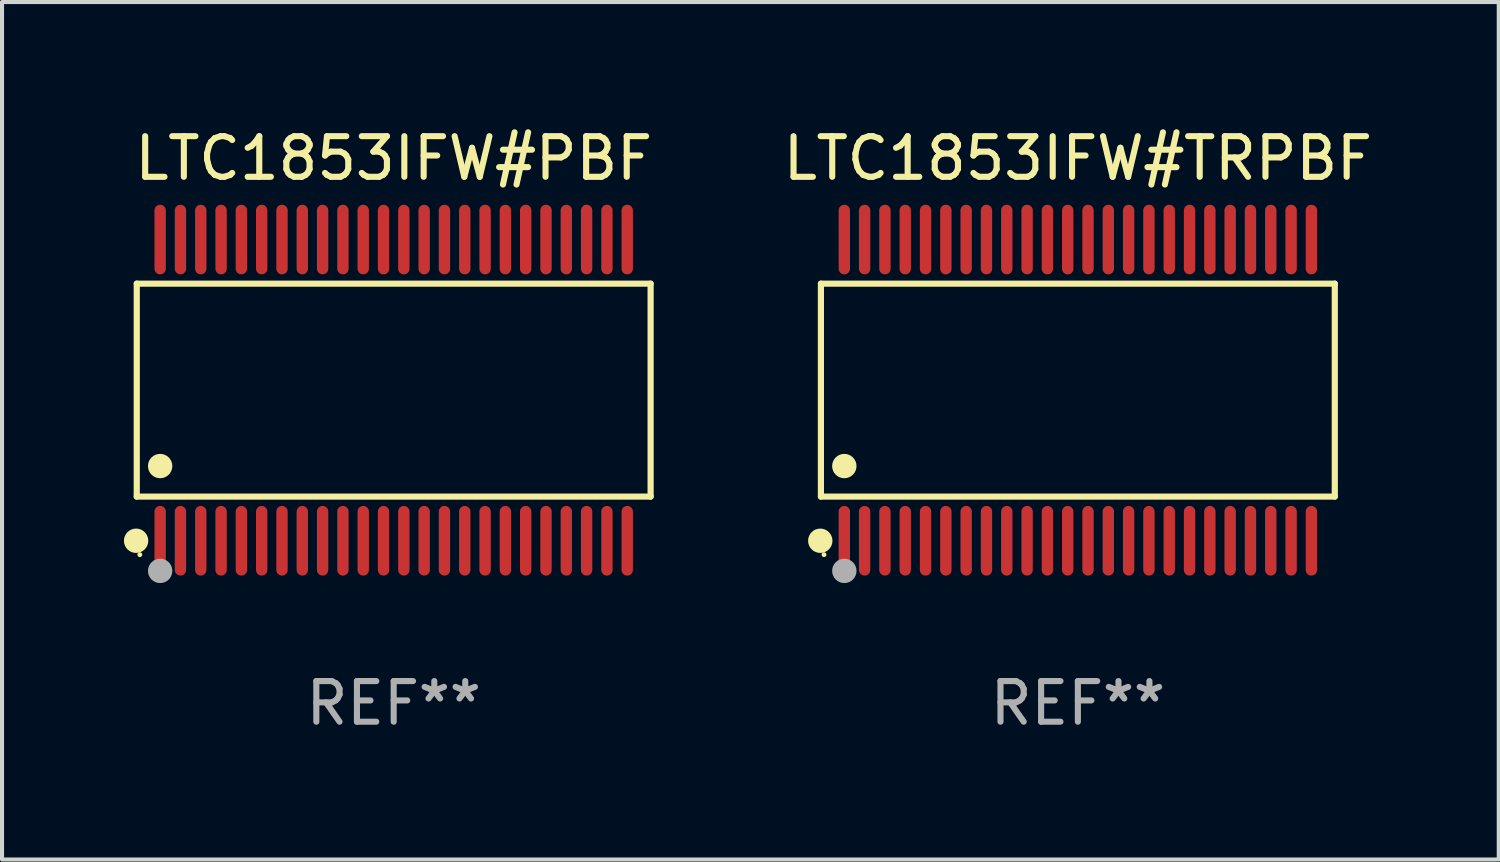
<source format=kicad_pcb>
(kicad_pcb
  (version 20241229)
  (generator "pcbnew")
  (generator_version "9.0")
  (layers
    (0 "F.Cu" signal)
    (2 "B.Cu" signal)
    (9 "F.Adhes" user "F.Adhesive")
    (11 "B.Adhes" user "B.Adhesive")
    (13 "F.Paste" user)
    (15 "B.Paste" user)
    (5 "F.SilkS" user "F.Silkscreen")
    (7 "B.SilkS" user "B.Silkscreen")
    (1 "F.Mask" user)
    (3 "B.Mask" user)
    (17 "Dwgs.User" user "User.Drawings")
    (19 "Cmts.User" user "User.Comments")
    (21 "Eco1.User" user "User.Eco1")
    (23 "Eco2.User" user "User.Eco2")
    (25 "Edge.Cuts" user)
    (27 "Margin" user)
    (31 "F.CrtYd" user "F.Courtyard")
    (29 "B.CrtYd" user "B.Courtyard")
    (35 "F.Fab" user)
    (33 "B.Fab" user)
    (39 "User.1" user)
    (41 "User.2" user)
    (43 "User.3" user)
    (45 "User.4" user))
  (footprint "LTC1853IFW#PBF"
    (layer "F.Cu")
    (at 6.643 6.556)
    (property "Reference" "LTC1853IFW#PBF" (at 0 -5.708 0) (layer "F.SilkS") (effects (font (size 1 1) (thickness 0.15))))
    (attr through_hole)
    (fp_line (start -6.326 -2.622) (end 6.326 -2.622) (stroke (width 0.152) (type solid)) (layer "F.SilkS"))
    (fp_line (start -6.326 2.621) (end -6.326 -2.622) (stroke (width 0.152) (type solid)) (layer "F.SilkS"))
    (fp_line (start 6.326 -2.622) (end 6.326 2.621) (stroke (width 0.152) (type solid)) (layer "F.SilkS"))
    (fp_line (start 6.326 2.621) (end -6.326 2.621) (stroke (width 0.152) (type solid)) (layer "F.SilkS"))
    (fp_circle (center -6.342 3.708) (end -6.192 3.708) (stroke (width 0.3) (type solid)) (fill no) (layer "F.SilkS"))
    (fp_circle (center -6.25 4.05) (end -6.22 4.05) (stroke (width 0.06) (type solid)) (fill no) (layer "F.SilkS"))
    (fp_circle (center -5.75 1.869) (end -5.6 1.869) (stroke (width 0.3) (type solid)) (fill no) (layer "F.SilkS"))
    (fp_circle (center -5.75 4.45) (end -5.6 4.45) (stroke (width 0.3) (type solid)) (fill no) (layer "F.Fab"))
    (fp_text user "REF**" (at 0 7.708 0) (layer "F.Fab") (effects (font (size 1 1) (thickness 0.15))))
    (pad "1" smd oval (at -5.75 3.708) (size 0.28 1.715) (layers "F.Cu" "F.Mask" "F.Paste"))
    (pad "2" smd oval (at -5.25 3.708) (size 0.28 1.715) (layers "F.Cu" "F.Mask" "F.Paste"))
    (pad "3" smd oval (at -4.75 3.708) (size 0.28 1.715) (layers "F.Cu" "F.Mask" "F.Paste"))
    (pad "4" smd oval (at -4.25 3.708) (size 0.28 1.715) (layers "F.Cu" "F.Mask" "F.Paste"))
    (pad "5" smd oval (at -3.75 3.708) (size 0.28 1.715) (layers "F.Cu" "F.Mask" "F.Paste"))
    (pad "6" smd oval (at -3.25 3.708) (size 0.28 1.715) (layers "F.Cu" "F.Mask" "F.Paste"))
    (pad "7" smd oval (at -2.75 3.708) (size 0.28 1.715) (layers "F.Cu" "F.Mask" "F.Paste"))
    (pad "8" smd oval (at -2.25 3.708) (size 0.28 1.715) (layers "F.Cu" "F.Mask" "F.Paste"))
    (pad "9" smd oval (at -1.75 3.708) (size 0.28 1.715) (layers "F.Cu" "F.Mask" "F.Paste"))
    (pad "10" smd oval (at -1.25 3.708) (size 0.28 1.715) (layers "F.Cu" "F.Mask" "F.Paste"))
    (pad "11" smd oval (at -0.75 3.708) (size 0.28 1.715) (layers "F.Cu" "F.Mask" "F.Paste"))
    (pad "12" smd oval (at -0.25 3.708) (size 0.28 1.715) (layers "F.Cu" "F.Mask" "F.Paste"))
    (pad "13" smd oval (at 0.25 3.708) (size 0.28 1.715) (layers "F.Cu" "F.Mask" "F.Paste"))
    (pad "14" smd oval (at 0.75 3.708) (size 0.28 1.715) (layers "F.Cu" "F.Mask" "F.Paste"))
    (pad "15" smd oval (at 1.25 3.708) (size 0.28 1.715) (layers "F.Cu" "F.Mask" "F.Paste"))
    (pad "16" smd oval (at 1.75 3.708) (size 0.28 1.715) (layers "F.Cu" "F.Mask" "F.Paste"))
    (pad "17" smd oval (at 2.25 3.708) (size 0.28 1.715) (layers "F.Cu" "F.Mask" "F.Paste"))
    (pad "18" smd oval (at 2.75 3.708) (size 0.28 1.715) (layers "F.Cu" "F.Mask" "F.Paste"))
    (pad "19" smd oval (at 3.25 3.708) (size 0.28 1.715) (layers "F.Cu" "F.Mask" "F.Paste"))
    (pad "20" smd oval (at 3.75 3.708) (size 0.28 1.715) (layers "F.Cu" "F.Mask" "F.Paste"))
    (pad "21" smd oval (at 4.25 3.708) (size 0.28 1.715) (layers "F.Cu" "F.Mask" "F.Paste"))
    (pad "22" smd oval (at 4.75 3.708) (size 0.28 1.715) (layers "F.Cu" "F.Mask" "F.Paste"))
    (pad "23" smd oval (at 5.25 3.708) (size 0.28 1.715) (layers "F.Cu" "F.Mask" "F.Paste"))
    (pad "24" smd oval (at 5.75 3.708) (size 0.28 1.715) (layers "F.Cu" "F.Mask" "F.Paste"))
    (pad "25" smd oval (at 5.75 -3.708) (size 0.28 1.715) (layers "F.Cu" "F.Mask" "F.Paste"))
    (pad "26" smd oval (at 5.25 -3.708) (size 0.28 1.715) (layers "F.Cu" "F.Mask" "F.Paste"))
    (pad "27" smd oval (at 4.75 -3.708) (size 0.28 1.715) (layers "F.Cu" "F.Mask" "F.Paste"))
    (pad "28" smd oval (at 4.25 -3.708) (size 0.28 1.715) (layers "F.Cu" "F.Mask" "F.Paste"))
    (pad "29" smd oval (at 3.75 -3.708) (size 0.28 1.715) (layers "F.Cu" "F.Mask" "F.Paste"))
    (pad "30" smd oval (at 3.25 -3.708) (size 0.28 1.715) (layers "F.Cu" "F.Mask" "F.Paste"))
    (pad "31" smd oval (at 2.75 -3.708) (size 0.28 1.715) (layers "F.Cu" "F.Mask" "F.Paste"))
    (pad "32" smd oval (at 2.25 -3.708) (size 0.28 1.715) (layers "F.Cu" "F.Mask" "F.Paste"))
    (pad "33" smd oval (at 1.75 -3.708) (size 0.28 1.715) (layers "F.Cu" "F.Mask" "F.Paste"))
    (pad "34" smd oval (at 1.25 -3.708) (size 0.28 1.715) (layers "F.Cu" "F.Mask" "F.Paste"))
    (pad "35" smd oval (at 0.75 -3.708) (size 0.28 1.715) (layers "F.Cu" "F.Mask" "F.Paste"))
    (pad "36" smd oval (at 0.25 -3.708) (size 0.28 1.715) (layers "F.Cu" "F.Mask" "F.Paste"))
    (pad "37" smd oval (at -0.25 -3.708) (size 0.28 1.715) (layers "F.Cu" "F.Mask" "F.Paste"))
    (pad "38" smd oval (at -0.75 -3.708) (size 0.28 1.715) (layers "F.Cu" "F.Mask" "F.Paste"))
    (pad "39" smd oval (at -1.25 -3.708) (size 0.28 1.715) (layers "F.Cu" "F.Mask" "F.Paste"))
    (pad "40" smd oval (at -1.75 -3.708) (size 0.28 1.715) (layers "F.Cu" "F.Mask" "F.Paste"))
    (pad "41" smd oval (at -2.25 -3.708) (size 0.28 1.715) (layers "F.Cu" "F.Mask" "F.Paste"))
    (pad "42" smd oval (at -2.75 -3.708) (size 0.28 1.715) (layers "F.Cu" "F.Mask" "F.Paste"))
    (pad "43" smd oval (at -3.25 -3.708) (size 0.28 1.715) (layers "F.Cu" "F.Mask" "F.Paste"))
    (pad "44" smd oval (at -3.75 -3.708) (size 0.28 1.715) (layers "F.Cu" "F.Mask" "F.Paste"))
    (pad "45" smd oval (at -4.25 -3.708) (size 0.28 1.715) (layers "F.Cu" "F.Mask" "F.Paste"))
    (pad "46" smd oval (at -4.75 -3.708) (size 0.28 1.715) (layers "F.Cu" "F.Mask" "F.Paste"))
    (pad "47" smd oval (at -5.25 -3.708) (size 0.28 1.715) (layers "F.Cu" "F.Mask" "F.Paste"))
    (pad "48" smd oval (at -5.75 -3.708) (size 0.28 1.715) (layers "F.Cu" "F.Mask" "F.Paste")))
  (footprint "LTC1853IFW#TRPBF"
    (layer "F.Cu")
    (at 23.488 6.556)
    (property "Reference" "LTC1853IFW#TRPBF" (at 0 -5.708 0) (layer "F.SilkS") (effects (font (size 1 1) (thickness 0.15))))
    (attr through_hole)
    (fp_line (start -6.326 -2.622) (end 6.326 -2.622) (stroke (width 0.152) (type solid)) (layer "F.SilkS"))
    (fp_line (start -6.326 2.621) (end -6.326 -2.622) (stroke (width 0.152) (type solid)) (layer "F.SilkS"))
    (fp_line (start 6.326 -2.622) (end 6.326 2.621) (stroke (width 0.152) (type solid)) (layer "F.SilkS"))
    (fp_line (start 6.326 2.621) (end -6.326 2.621) (stroke (width 0.152) (type solid)) (layer "F.SilkS"))
    (fp_circle (center -6.342 3.708) (end -6.192 3.708) (stroke (width 0.3) (type solid)) (fill no) (layer "F.SilkS"))
    (fp_circle (center -6.25 4.05) (end -6.22 4.05) (stroke (width 0.06) (type solid)) (fill no) (layer "F.SilkS"))
    (fp_circle (center -5.75 1.869) (end -5.6 1.869) (stroke (width 0.3) (type solid)) (fill no) (layer "F.SilkS"))
    (fp_circle (center -5.75 4.45) (end -5.6 4.45) (stroke (width 0.3) (type solid)) (fill no) (layer "F.Fab"))
    (fp_text user "REF**" (at 0 7.708 0) (layer "F.Fab") (effects (font (size 1 1) (thickness 0.15))))
    (pad "1" smd oval (at -5.75 3.708) (size 0.28 1.715) (layers "F.Cu" "F.Mask" "F.Paste"))
    (pad "2" smd oval (at -5.25 3.708) (size 0.28 1.715) (layers "F.Cu" "F.Mask" "F.Paste"))
    (pad "3" smd oval (at -4.75 3.708) (size 0.28 1.715) (layers "F.Cu" "F.Mask" "F.Paste"))
    (pad "4" smd oval (at -4.25 3.708) (size 0.28 1.715) (layers "F.Cu" "F.Mask" "F.Paste"))
    (pad "5" smd oval (at -3.75 3.708) (size 0.28 1.715) (layers "F.Cu" "F.Mask" "F.Paste"))
    (pad "6" smd oval (at -3.25 3.708) (size 0.28 1.715) (layers "F.Cu" "F.Mask" "F.Paste"))
    (pad "7" smd oval (at -2.75 3.708) (size 0.28 1.715) (layers "F.Cu" "F.Mask" "F.Paste"))
    (pad "8" smd oval (at -2.25 3.708) (size 0.28 1.715) (layers "F.Cu" "F.Mask" "F.Paste"))
    (pad "9" smd oval (at -1.75 3.708) (size 0.28 1.715) (layers "F.Cu" "F.Mask" "F.Paste"))
    (pad "10" smd oval (at -1.25 3.708) (size 0.28 1.715) (layers "F.Cu" "F.Mask" "F.Paste"))
    (pad "11" smd oval (at -0.75 3.708) (size 0.28 1.715) (layers "F.Cu" "F.Mask" "F.Paste"))
    (pad "12" smd oval (at -0.25 3.708) (size 0.28 1.715) (layers "F.Cu" "F.Mask" "F.Paste"))
    (pad "13" smd oval (at 0.25 3.708) (size 0.28 1.715) (layers "F.Cu" "F.Mask" "F.Paste"))
    (pad "14" smd oval (at 0.75 3.708) (size 0.28 1.715) (layers "F.Cu" "F.Mask" "F.Paste"))
    (pad "15" smd oval (at 1.25 3.708) (size 0.28 1.715) (layers "F.Cu" "F.Mask" "F.Paste"))
    (pad "16" smd oval (at 1.75 3.708) (size 0.28 1.715) (layers "F.Cu" "F.Mask" "F.Paste"))
    (pad "17" smd oval (at 2.25 3.708) (size 0.28 1.715) (layers "F.Cu" "F.Mask" "F.Paste"))
    (pad "18" smd oval (at 2.75 3.708) (size 0.28 1.715) (layers "F.Cu" "F.Mask" "F.Paste"))
    (pad "19" smd oval (at 3.25 3.708) (size 0.28 1.715) (layers "F.Cu" "F.Mask" "F.Paste"))
    (pad "20" smd oval (at 3.75 3.708) (size 0.28 1.715) (layers "F.Cu" "F.Mask" "F.Paste"))
    (pad "21" smd oval (at 4.25 3.708) (size 0.28 1.715) (layers "F.Cu" "F.Mask" "F.Paste"))
    (pad "22" smd oval (at 4.75 3.708) (size 0.28 1.715) (layers "F.Cu" "F.Mask" "F.Paste"))
    (pad "23" smd oval (at 5.25 3.708) (size 0.28 1.715) (layers "F.Cu" "F.Mask" "F.Paste"))
    (pad "24" smd oval (at 5.75 3.708) (size 0.28 1.715) (layers "F.Cu" "F.Mask" "F.Paste"))
    (pad "25" smd oval (at 5.75 -3.708) (size 0.28 1.715) (layers "F.Cu" "F.Mask" "F.Paste"))
    (pad "26" smd oval (at 5.25 -3.708) (size 0.28 1.715) (layers "F.Cu" "F.Mask" "F.Paste"))
    (pad "27" smd oval (at 4.75 -3.708) (size 0.28 1.715) (layers "F.Cu" "F.Mask" "F.Paste"))
    (pad "28" smd oval (at 4.25 -3.708) (size 0.28 1.715) (layers "F.Cu" "F.Mask" "F.Paste"))
    (pad "29" smd oval (at 3.75 -3.708) (size 0.28 1.715) (layers "F.Cu" "F.Mask" "F.Paste"))
    (pad "30" smd oval (at 3.25 -3.708) (size 0.28 1.715) (layers "F.Cu" "F.Mask" "F.Paste"))
    (pad "31" smd oval (at 2.75 -3.708) (size 0.28 1.715) (layers "F.Cu" "F.Mask" "F.Paste"))
    (pad "32" smd oval (at 2.25 -3.708) (size 0.28 1.715) (layers "F.Cu" "F.Mask" "F.Paste"))
    (pad "33" smd oval (at 1.75 -3.708) (size 0.28 1.715) (layers "F.Cu" "F.Mask" "F.Paste"))
    (pad "34" smd oval (at 1.25 -3.708) (size 0.28 1.715) (layers "F.Cu" "F.Mask" "F.Paste"))
    (pad "35" smd oval (at 0.75 -3.708) (size 0.28 1.715) (layers "F.Cu" "F.Mask" "F.Paste"))
    (pad "36" smd oval (at 0.25 -3.708) (size 0.28 1.715) (layers "F.Cu" "F.Mask" "F.Paste"))
    (pad "37" smd oval (at -0.25 -3.708) (size 0.28 1.715) (layers "F.Cu" "F.Mask" "F.Paste"))
    (pad "38" smd oval (at -0.75 -3.708) (size 0.28 1.715) (layers "F.Cu" "F.Mask" "F.Paste"))
    (pad "39" smd oval (at -1.25 -3.708) (size 0.28 1.715) (layers "F.Cu" "F.Mask" "F.Paste"))
    (pad "40" smd oval (at -1.75 -3.708) (size 0.28 1.715) (layers "F.Cu" "F.Mask" "F.Paste"))
    (pad "41" smd oval (at -2.25 -3.708) (size 0.28 1.715) (layers "F.Cu" "F.Mask" "F.Paste"))
    (pad "42" smd oval (at -2.75 -3.708) (size 0.28 1.715) (layers "F.Cu" "F.Mask" "F.Paste"))
    (pad "43" smd oval (at -3.25 -3.708) (size 0.28 1.715) (layers "F.Cu" "F.Mask" "F.Paste"))
    (pad "44" smd oval (at -3.75 -3.708) (size 0.28 1.715) (layers "F.Cu" "F.Mask" "F.Paste"))
    (pad "45" smd oval (at -4.25 -3.708) (size 0.28 1.715) (layers "F.Cu" "F.Mask" "F.Paste"))
    (pad "46" smd oval (at -4.75 -3.708) (size 0.28 1.715) (layers "F.Cu" "F.Mask" "F.Paste"))
    (pad "47" smd oval (at -5.25 -3.708) (size 0.28 1.715) (layers "F.Cu" "F.Mask" "F.Paste"))
    (pad "48" smd oval (at -5.75 -3.708) (size 0.28 1.715) (layers "F.Cu" "F.Mask" "F.Paste")))
  (gr_rect
    (start -3 -3)
    (end 33.851 18.112)
    (stroke (width 0.1) (type default))
    (fill no)
    (layer "Edge.Cuts")))
</source>
